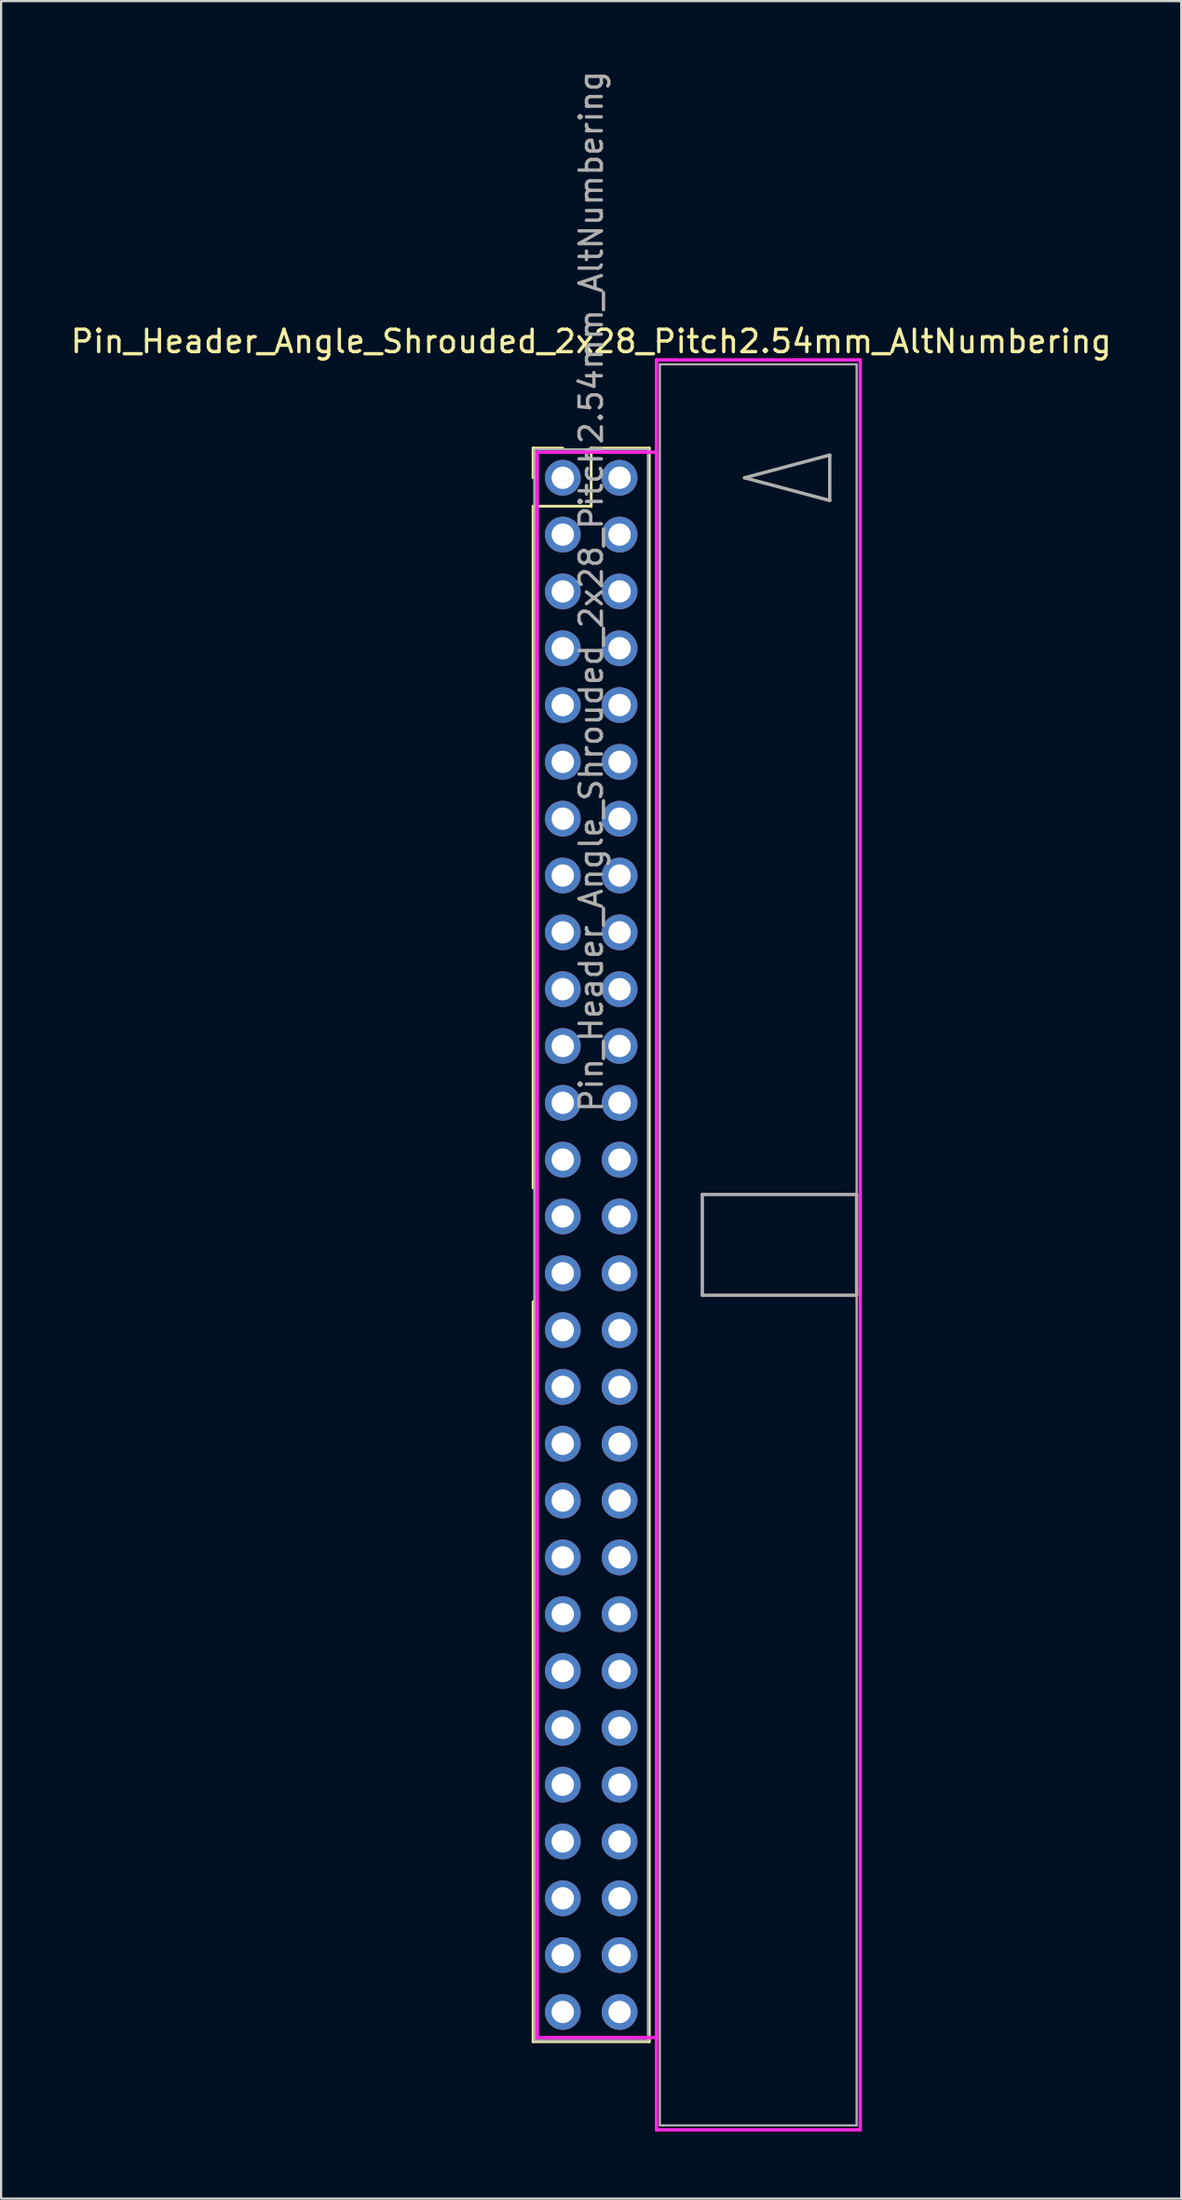
<source format=kicad_pcb>
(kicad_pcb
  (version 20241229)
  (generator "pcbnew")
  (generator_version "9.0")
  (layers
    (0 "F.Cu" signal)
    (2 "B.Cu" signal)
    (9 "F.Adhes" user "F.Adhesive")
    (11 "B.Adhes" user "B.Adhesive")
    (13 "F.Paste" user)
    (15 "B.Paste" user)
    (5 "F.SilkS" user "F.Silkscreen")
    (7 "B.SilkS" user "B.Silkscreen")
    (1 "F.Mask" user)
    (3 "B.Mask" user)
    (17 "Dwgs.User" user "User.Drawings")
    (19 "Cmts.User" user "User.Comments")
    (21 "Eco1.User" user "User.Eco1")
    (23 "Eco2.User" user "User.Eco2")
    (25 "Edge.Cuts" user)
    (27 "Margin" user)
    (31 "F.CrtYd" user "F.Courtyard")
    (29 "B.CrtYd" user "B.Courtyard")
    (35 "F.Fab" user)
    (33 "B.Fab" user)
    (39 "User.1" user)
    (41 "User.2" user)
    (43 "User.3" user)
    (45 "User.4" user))
  (footprint "Pin_Header_Angle_Shrouded_2x28_Pitch2.54mm_AltNumbering"
    (layer "F.Cu")
    (at 22.117 18.307)
    (property "Reference" "Pin_Header_Angle_Shrouded_2x28_Pitch2.54mm_AltNumbering" (at 1.27 -6.096 0) (layer "F.SilkS") (effects (font (size 1 1) (thickness 0.15))))
    (attr through_hole)
    (fp_line (start -1.33 -1.33) (end 0 -1.33) (stroke (width 0.12) (type solid)) (layer "F.SilkS"))
    (fp_line (start -1.33 0) (end -1.33 -1.33) (stroke (width 0.12) (type solid)) (layer "F.SilkS"))
    (fp_line (start -1.33 1.27) (end -1.33 31.75) (stroke (width 0.12) (type solid)) (layer "F.SilkS"))
    (fp_line (start -1.33 1.27) (end 1.27 1.27) (stroke (width 0.12) (type solid)) (layer "F.SilkS"))
    (fp_line (start -1.33 36.83) (end -1.33 69.91) (stroke (width 0.12) (type solid)) (layer "F.SilkS"))
    (fp_line (start -1.33 69.91) (end 3.87 69.91) (stroke (width 0.12) (type solid)) (layer "F.SilkS"))
    (fp_line (start 1.27 -1.33) (end 3.87 -1.33) (stroke (width 0.12) (type solid)) (layer "F.SilkS"))
    (fp_line (start 1.27 1.27) (end 1.27 -1.33) (stroke (width 0.12) (type solid)) (layer "F.SilkS"))
    (fp_line (start 3.87 -1.33) (end 3.87 69.91) (stroke (width 0.12) (type solid)) (layer "F.SilkS"))
    (fp_line (start -1.143 -1.143) (end -1.143 69.723) (stroke (width 0.15) (type solid)) (layer "F.CrtYd"))
    (fp_line (start -1.143 69.723) (end 4.19 69.723) (stroke (width 0.15) (type solid)) (layer "F.CrtYd"))
    (fp_line (start 4.19 -5.27) (end 4.19 73.85) (stroke (width 0.15) (type solid)) (layer "F.CrtYd"))
    (fp_line (start 4.19 -1.143) (end -1.143 -1.143) (stroke (width 0.15) (type solid)) (layer "F.CrtYd"))
    (fp_line (start 4.19 69.723) (end 4.19 -1.143) (stroke (width 0.15) (type solid)) (layer "F.CrtYd"))
    (fp_line (start 4.19 73.85) (end 13.3 73.85) (stroke (width 0.15) (type solid)) (layer "F.CrtYd"))
    (fp_line (start 13.3 -5.27) (end 4.19 -5.27) (stroke (width 0.15) (type solid)) (layer "F.CrtYd"))
    (fp_line (start 13.3 73.85) (end 13.3 -5.27) (stroke (width 0.15) (type solid)) (layer "F.CrtYd"))
    (fp_line (start -1.27 -1.27) (end -1.27 69.85) (stroke (width 0.1) (type solid)) (layer "F.Fab"))
    (fp_line (start -1.27 69.85) (end 3.81 69.85) (stroke (width 0.1) (type solid)) (layer "F.Fab"))
    (fp_line (start 3.81 -1.27) (end -1.27 -1.27) (stroke (width 0.1) (type solid)) (layer "F.Fab"))
    (fp_line (start 3.81 69.85) (end 3.81 -1.27) (stroke (width 0.1) (type solid)) (layer "F.Fab"))
    (fp_line (start 4.34 -5.07) (end 4.34 73.65) (stroke (width 0.1) (type solid)) (layer "F.Fab"))
    (fp_line (start 4.34 73.65) (end 13.14 73.65) (stroke (width 0.1) (type solid)) (layer "F.Fab"))
    (fp_line (start 6.24 32.04) (end 6.24 36.54) (stroke (width 0.15) (type solid)) (layer "F.Fab"))
    (fp_line (start 6.24 36.54) (end 13.14 36.54) (stroke (width 0.15) (type solid)) (layer "F.Fab"))
    (fp_line (start 8.128 0) (end 11.938 -1.016) (stroke (width 0.15) (type solid)) (layer "F.Fab"))
    (fp_line (start 11.938 -1.016) (end 11.938 1.016) (stroke (width 0.15) (type solid)) (layer "F.Fab"))
    (fp_line (start 11.938 1.016) (end 8.128 0) (stroke (width 0.15) (type solid)) (layer "F.Fab"))
    (fp_line (start 13.14 -5.07) (end 4.34 -5.07) (stroke (width 0.1) (type solid)) (layer "F.Fab"))
    (fp_line (start 13.14 32.04) (end 6.24 32.04) (stroke (width 0.15) (type solid)) (layer "F.Fab"))
    (fp_line (start 13.14 36.54) (end 13.14 32.04) (stroke (width 0.15) (type solid)) (layer "F.Fab"))
    (fp_line (start 13.14 73.65) (end 13.14 -5.07) (stroke (width 0.1) (type solid)) (layer "F.Fab"))
    (fp_text user "${REFERENCE}" (at 1.27 5.08 90) (layer "F.Fab") (effects (font (size 1 1) (thickness 0.15))))
    (pad "1" thru_hole oval (at 0 0) (size 1.6 1.6) (drill 1) (layers "*.Cu" "*.Mask"))
    (pad "2" thru_hole oval (at 0 2.54) (size 1.6 1.6) (drill 1) (layers "*.Cu" "*.Mask"))
    (pad "3" thru_hole oval (at 0 5.08) (size 1.6 1.6) (drill 1) (layers "*.Cu" "*.Mask"))
    (pad "4" thru_hole oval (at 0 7.62) (size 1.6 1.6) (drill 1) (layers "*.Cu" "*.Mask"))
    (pad "5" thru_hole oval (at 0 10.16) (size 1.6 1.6) (drill 1) (layers "*.Cu" "*.Mask"))
    (pad "6" thru_hole oval (at 0 12.7) (size 1.6 1.6) (drill 1) (layers "*.Cu" "*.Mask"))
    (pad "7" thru_hole oval (at 0 15.24) (size 1.6 1.6) (drill 1) (layers "*.Cu" "*.Mask"))
    (pad "8" thru_hole oval (at 0 17.78) (size 1.6 1.6) (drill 1) (layers "*.Cu" "*.Mask"))
    (pad "9" thru_hole oval (at 0 20.32) (size 1.6 1.6) (drill 1) (layers "*.Cu" "*.Mask"))
    (pad "10" thru_hole oval (at 0 22.86) (size 1.6 1.6) (drill 1) (layers "*.Cu" "*.Mask"))
    (pad "11" thru_hole oval (at 0 25.4) (size 1.6 1.6) (drill 1) (layers "*.Cu" "*.Mask"))
    (pad "12" thru_hole oval (at 0 27.94) (size 1.6 1.6) (drill 1) (layers "*.Cu" "*.Mask"))
    (pad "13" thru_hole oval (at 0 30.48) (size 1.6 1.6) (drill 1) (layers "*.Cu" "*.Mask"))
    (pad "14" thru_hole oval (at 0 33.02) (size 1.6 1.6) (drill 1) (layers "*.Cu" "*.Mask"))
    (pad "15" thru_hole oval (at 0 35.56) (size 1.6 1.6) (drill 1) (layers "*.Cu" "*.Mask"))
    (pad "16" thru_hole oval (at 0 38.1) (size 1.6 1.6) (drill 1) (layers "*.Cu" "*.Mask"))
    (pad "17" thru_hole oval (at 0 40.64) (size 1.6 1.6) (drill 1) (layers "*.Cu" "*.Mask"))
    (pad "18" thru_hole oval (at 0 43.18) (size 1.6 1.6) (drill 1) (layers "*.Cu" "*.Mask"))
    (pad "19" thru_hole oval (at 0 45.72) (size 1.6 1.6) (drill 1) (layers "*.Cu" "*.Mask"))
    (pad "20" thru_hole oval (at 0 48.26) (size 1.6 1.6) (drill 1) (layers "*.Cu" "*.Mask"))
    (pad "21" thru_hole oval (at 0 50.8) (size 1.6 1.6) (drill 1) (layers "*.Cu" "*.Mask"))
    (pad "22" thru_hole oval (at 0 53.34) (size 1.6 1.6) (drill 1) (layers "*.Cu" "*.Mask"))
    (pad "23" thru_hole oval (at 0 55.88) (size 1.6 1.6) (drill 1) (layers "*.Cu" "*.Mask"))
    (pad "24" thru_hole oval (at 0 58.42) (size 1.6 1.6) (drill 1) (layers "*.Cu" "*.Mask"))
    (pad "25" thru_hole oval (at 0 60.96) (size 1.6 1.6) (drill 1) (layers "*.Cu" "*.Mask"))
    (pad "26" thru_hole oval (at 0 63.5) (size 1.6 1.6) (drill 1) (layers "*.Cu" "*.Mask"))
    (pad "27" thru_hole oval (at 0 66.04) (size 1.6 1.6) (drill 1) (layers "*.Cu" "*.Mask"))
    (pad "28" thru_hole oval (at 0 68.58) (size 1.6 1.6) (drill 1) (layers "*.Cu" "*.Mask"))
    (pad "29" thru_hole oval (at 2.54 0) (size 1.6 1.6) (drill 1) (layers "*.Cu" "*.Mask"))
    (pad "30" thru_hole oval (at 2.54 2.54) (size 1.6 1.6) (drill 1) (layers "*.Cu" "*.Mask"))
    (pad "31" thru_hole oval (at 2.54 5.08) (size 1.6 1.6) (drill 1) (layers "*.Cu" "*.Mask"))
    (pad "32" thru_hole oval (at 2.54 7.62) (size 1.6 1.6) (drill 1) (layers "*.Cu" "*.Mask"))
    (pad "33" thru_hole oval (at 2.54 10.16) (size 1.6 1.6) (drill 1) (layers "*.Cu" "*.Mask"))
    (pad "34" thru_hole oval (at 2.54 12.7) (size 1.6 1.6) (drill 1) (layers "*.Cu" "*.Mask"))
    (pad "35" thru_hole oval (at 2.54 15.24) (size 1.6 1.6) (drill 1) (layers "*.Cu" "*.Mask"))
    (pad "36" thru_hole oval (at 2.54 17.78) (size 1.6 1.6) (drill 1) (layers "*.Cu" "*.Mask"))
    (pad "37" thru_hole oval (at 2.54 20.32) (size 1.6 1.6) (drill 1) (layers "*.Cu" "*.Mask"))
    (pad "38" thru_hole oval (at 2.54 22.86) (size 1.6 1.6) (drill 1) (layers "*.Cu" "*.Mask"))
    (pad "39" thru_hole oval (at 2.54 25.4) (size 1.6 1.6) (drill 1) (layers "*.Cu" "*.Mask"))
    (pad "40" thru_hole oval (at 2.54 27.94) (size 1.6 1.6) (drill 1) (layers "*.Cu" "*.Mask"))
    (pad "41" thru_hole oval (at 2.54 30.48) (size 1.6 1.6) (drill 1) (layers "*.Cu" "*.Mask"))
    (pad "42" thru_hole oval (at 2.54 33.02) (size 1.6 1.6) (drill 1) (layers "*.Cu" "*.Mask"))
    (pad "43" thru_hole oval (at 2.54 35.56) (size 1.6 1.6) (drill 1) (layers "*.Cu" "*.Mask"))
    (pad "44" thru_hole oval (at 2.54 38.1) (size 1.6 1.6) (drill 1) (layers "*.Cu" "*.Mask"))
    (pad "45" thru_hole oval (at 2.54 40.64) (size 1.6 1.6) (drill 1) (layers "*.Cu" "*.Mask"))
    (pad "46" thru_hole oval (at 2.54 43.18) (size 1.6 1.6) (drill 1) (layers "*.Cu" "*.Mask"))
    (pad "47" thru_hole oval (at 2.54 45.72) (size 1.6 1.6) (drill 1) (layers "*.Cu" "*.Mask"))
    (pad "48" thru_hole oval (at 2.54 48.26) (size 1.6 1.6) (drill 1) (layers "*.Cu" "*.Mask"))
    (pad "49" thru_hole oval (at 2.54 50.8) (size 1.6 1.6) (drill 1) (layers "*.Cu" "*.Mask"))
    (pad "50" thru_hole oval (at 2.54 53.34) (size 1.6 1.6) (drill 1) (layers "*.Cu" "*.Mask"))
    (pad "51" thru_hole oval (at 2.54 55.88) (size 1.6 1.6) (drill 1) (layers "*.Cu" "*.Mask"))
    (pad "52" thru_hole oval (at 2.54 58.42) (size 1.6 1.6) (drill 1) (layers "*.Cu" "*.Mask"))
    (pad "53" thru_hole oval (at 2.54 60.96) (size 1.6 1.6) (drill 1) (layers "*.Cu" "*.Mask"))
    (pad "54" thru_hole oval (at 2.54 63.5) (size 1.6 1.6) (drill 1) (layers "*.Cu" "*.Mask"))
    (pad "55" thru_hole oval (at 2.54 66.04) (size 1.6 1.6) (drill 1) (layers "*.Cu" "*.Mask"))
    (pad "56" thru_hole oval (at 2.54 68.58) (size 1.6 1.6) (drill 1) (layers "*.Cu" "*.Mask")))
  (gr_rect
    (start -3 -3)
    (end 49.774 95.232)
    (stroke (width 0.1) (type default))
    (fill no)
    (layer "Edge.Cuts")))
</source>
